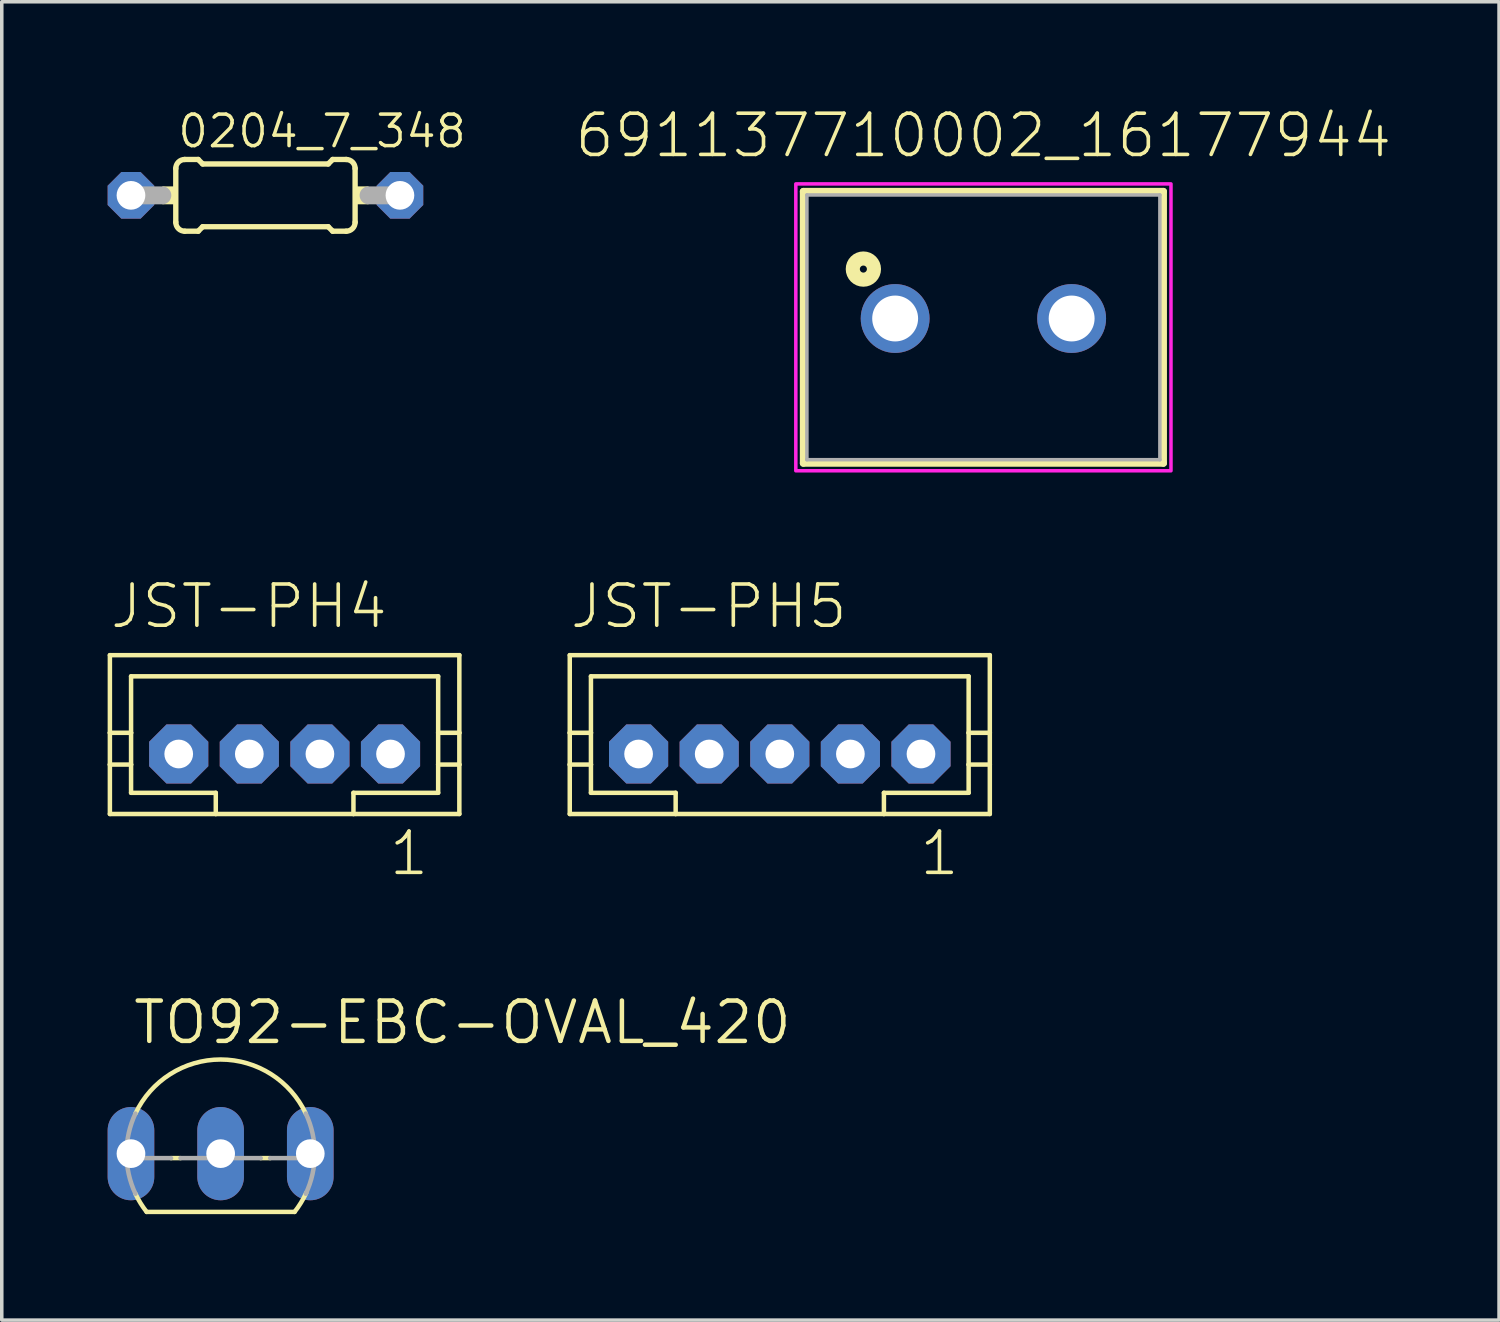
<source format=kicad_pcb>
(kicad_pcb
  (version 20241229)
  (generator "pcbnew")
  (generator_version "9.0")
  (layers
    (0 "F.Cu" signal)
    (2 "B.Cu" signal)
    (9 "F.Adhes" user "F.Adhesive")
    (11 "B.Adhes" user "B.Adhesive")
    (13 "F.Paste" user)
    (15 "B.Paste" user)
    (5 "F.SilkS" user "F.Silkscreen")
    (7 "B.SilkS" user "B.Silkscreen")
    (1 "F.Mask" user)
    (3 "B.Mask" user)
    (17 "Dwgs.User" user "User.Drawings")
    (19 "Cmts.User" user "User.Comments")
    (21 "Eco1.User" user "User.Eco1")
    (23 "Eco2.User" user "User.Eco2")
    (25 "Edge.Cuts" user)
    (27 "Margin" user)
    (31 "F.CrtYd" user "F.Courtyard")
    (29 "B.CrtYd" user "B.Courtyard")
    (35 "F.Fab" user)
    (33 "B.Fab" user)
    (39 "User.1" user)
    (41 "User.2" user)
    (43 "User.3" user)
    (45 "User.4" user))
  (footprint "JST-PH4"
    (layer "F.Cu")
    (at 5.013 18.31)
    (property "Reference" "JST-PH4" (at -5 -3.5 0) (unlocked yes) (layer "F.SilkS") (effects (font (size 1.168 1.168) (thickness 0.102)) (justify left bottom)))
    (fp_line (start -4.95 -2.8) (end -4.95 -0.6) (stroke (width 0.127) (type solid)) (layer "F.SilkS"))
    (fp_line (start -4.95 -2.8) (end 4.95 -2.8) (stroke (width 0.127) (type solid)) (layer "F.SilkS"))
    (fp_line (start -4.95 -0.6) (end -4.95 0.3) (stroke (width 0.127) (type solid)) (layer "F.SilkS"))
    (fp_line (start -4.95 -0.6) (end -4.35 -0.6) (stroke (width 0.127) (type solid)) (layer "F.SilkS"))
    (fp_line (start -4.95 0.3) (end -4.95 1.7) (stroke (width 0.127) (type solid)) (layer "F.SilkS"))
    (fp_line (start -4.95 0.3) (end -4.35 0.3) (stroke (width 0.127) (type solid)) (layer "F.SilkS"))
    (fp_line (start -4.95 1.7) (end -1.95 1.7) (stroke (width 0.127) (type solid)) (layer "F.SilkS"))
    (fp_line (start -4.35 -2.2) (end -4.35 -0.6) (stroke (width 0.127) (type solid)) (layer "F.SilkS"))
    (fp_line (start -4.35 -2.2) (end 4.35 -2.2) (stroke (width 0.127) (type solid)) (layer "F.SilkS"))
    (fp_line (start -4.35 -0.6) (end -4.35 0.3) (stroke (width 0.127) (type solid)) (layer "F.SilkS"))
    (fp_line (start -4.35 0.3) (end -4.35 1.1) (stroke (width 0.127) (type solid)) (layer "F.SilkS"))
    (fp_line (start -4.35 1.1) (end -1.95 1.1) (stroke (width 0.127) (type solid)) (layer "F.SilkS"))
    (fp_line (start -1.95 1.1) (end -1.95 1.7) (stroke (width 0.127) (type solid)) (layer "F.SilkS"))
    (fp_line (start -1.95 1.7) (end 1.95 1.7) (stroke (width 0.127) (type solid)) (layer "F.SilkS"))
    (fp_line (start 1.95 1.1) (end 1.95 1.7) (stroke (width 0.127) (type solid)) (layer "F.SilkS"))
    (fp_line (start 1.95 1.1) (end 4.35 1.1) (stroke (width 0.127) (type solid)) (layer "F.SilkS"))
    (fp_line (start 1.95 1.7) (end 4.95 1.7) (stroke (width 0.127) (type solid)) (layer "F.SilkS"))
    (fp_line (start 4.35 -2.2) (end 4.35 -0.6) (stroke (width 0.127) (type solid)) (layer "F.SilkS"))
    (fp_line (start 4.35 -0.6) (end 4.35 0.3) (stroke (width 0.127) (type solid)) (layer "F.SilkS"))
    (fp_line (start 4.35 -0.6) (end 4.95 -0.6) (stroke (width 0.127) (type solid)) (layer "F.SilkS"))
    (fp_line (start 4.35 0.3) (end 4.35 1.1) (stroke (width 0.127) (type solid)) (layer "F.SilkS"))
    (fp_line (start 4.35 0.3) (end 4.95 0.3) (stroke (width 0.127) (type solid)) (layer "F.SilkS"))
    (fp_line (start 4.95 -2.8) (end 4.95 -0.6) (stroke (width 0.127) (type solid)) (layer "F.SilkS"))
    (fp_line (start 4.95 -0.6) (end 4.95 0.3) (stroke (width 0.127) (type solid)) (layer "F.SilkS"))
    (fp_line (start 4.95 0.3) (end 4.95 1.7) (stroke (width 0.127) (type solid)) (layer "F.SilkS"))
    (fp_text user "1" (at 2.9 3.5 0) (unlocked yes) (layer "F.SilkS") (effects (font (size 1.168 1.168) (thickness 0.102)) (justify left bottom)))
    (pad "1" thru_hole roundrect (at 3 0) (size 1.676 1.676) (drill 0.813) (layers "*.Cu" "*.Mask") (roundrect_rratio 0.25) (chamfer_ratio 0.293) (chamfer top_left top_right bottom_left bottom_right))
    (pad "2" thru_hole roundrect (at 1 0) (size 1.676 1.676) (drill 0.813) (layers "*.Cu" "*.Mask") (roundrect_rratio 0.25) (chamfer_ratio 0.293) (chamfer top_left top_right bottom_left bottom_right))
    (pad "3" thru_hole roundrect (at -1 0) (size 1.676 1.676) (drill 0.813) (layers "*.Cu" "*.Mask") (roundrect_rratio 0.25) (chamfer_ratio 0.293) (chamfer top_left top_right bottom_left bottom_right))
    (pad "4" thru_hole roundrect (at -3 0) (size 1.676 1.676) (drill 0.813) (layers "*.Cu" "*.Mask") (roundrect_rratio 0.25) (chamfer_ratio 0.293) (chamfer top_left top_right bottom_left bottom_right)))
  (footprint "JST-PH5"
    (layer "F.Cu")
    (at 18.041 18.31)
    (property "Reference" "JST-PH5" (at -5 -3.5 0) (unlocked yes) (layer "F.SilkS") (effects (font (size 1.168 1.168) (thickness 0.102)) (justify left bottom)))
    (fp_line (start -4.95 -2.8) (end -4.95 -0.6) (stroke (width 0.127) (type solid)) (layer "F.SilkS"))
    (fp_line (start -4.95 -2.8) (end 6.95 -2.8) (stroke (width 0.127) (type solid)) (layer "F.SilkS"))
    (fp_line (start -4.95 -0.6) (end -4.95 0.3) (stroke (width 0.127) (type solid)) (layer "F.SilkS"))
    (fp_line (start -4.95 -0.6) (end -4.35 -0.6) (stroke (width 0.127) (type solid)) (layer "F.SilkS"))
    (fp_line (start -4.95 0.3) (end -4.95 1.7) (stroke (width 0.127) (type solid)) (layer "F.SilkS"))
    (fp_line (start -4.95 0.3) (end -4.35 0.3) (stroke (width 0.127) (type solid)) (layer "F.SilkS"))
    (fp_line (start -4.95 1.7) (end -1.95 1.7) (stroke (width 0.127) (type solid)) (layer "F.SilkS"))
    (fp_line (start -4.35 -2.2) (end -4.35 -0.6) (stroke (width 0.127) (type solid)) (layer "F.SilkS"))
    (fp_line (start -4.35 -2.2) (end 6.35 -2.2) (stroke (width 0.127) (type solid)) (layer "F.SilkS"))
    (fp_line (start -4.35 -0.6) (end -4.35 0.3) (stroke (width 0.127) (type solid)) (layer "F.SilkS"))
    (fp_line (start -4.35 0.3) (end -4.35 1.1) (stroke (width 0.127) (type solid)) (layer "F.SilkS"))
    (fp_line (start -4.35 1.1) (end -1.95 1.1) (stroke (width 0.127) (type solid)) (layer "F.SilkS"))
    (fp_line (start -1.95 1.1) (end -1.95 1.7) (stroke (width 0.127) (type solid)) (layer "F.SilkS"))
    (fp_line (start -1.95 1.7) (end 3.95 1.7) (stroke (width 0.127) (type solid)) (layer "F.SilkS"))
    (fp_line (start 3.95 1.1) (end 3.95 1.7) (stroke (width 0.127) (type solid)) (layer "F.SilkS"))
    (fp_line (start 3.95 1.1) (end 6.35 1.1) (stroke (width 0.127) (type solid)) (layer "F.SilkS"))
    (fp_line (start 3.95 1.7) (end 6.95 1.7) (stroke (width 0.127) (type solid)) (layer "F.SilkS"))
    (fp_line (start 6.35 -2.2) (end 6.35 -0.6) (stroke (width 0.127) (type solid)) (layer "F.SilkS"))
    (fp_line (start 6.35 -0.6) (end 6.35 0.3) (stroke (width 0.127) (type solid)) (layer "F.SilkS"))
    (fp_line (start 6.35 -0.6) (end 6.95 -0.6) (stroke (width 0.127) (type solid)) (layer "F.SilkS"))
    (fp_line (start 6.35 0.3) (end 6.35 1.1) (stroke (width 0.127) (type solid)) (layer "F.SilkS"))
    (fp_line (start 6.35 0.3) (end 6.95 0.3) (stroke (width 0.127) (type solid)) (layer "F.SilkS"))
    (fp_line (start 6.95 -2.8) (end 6.95 -0.6) (stroke (width 0.127) (type solid)) (layer "F.SilkS"))
    (fp_line (start 6.95 -0.6) (end 6.95 0.3) (stroke (width 0.127) (type solid)) (layer "F.SilkS"))
    (fp_line (start 6.95 0.3) (end 6.95 1.7) (stroke (width 0.127) (type solid)) (layer "F.SilkS"))
    (fp_text user "1" (at 4.9 3.5 0) (unlocked yes) (layer "F.SilkS") (effects (font (size 1.168 1.168) (thickness 0.102)) (justify left bottom)))
    (pad "1" thru_hole roundrect (at 5 0) (size 1.676 1.676) (drill 0.813) (layers "*.Cu" "*.Mask") (roundrect_rratio 0.25) (chamfer_ratio 0.293) (chamfer top_left top_right bottom_left bottom_right))
    (pad "2" thru_hole roundrect (at 3 0) (size 1.676 1.676) (drill 0.813) (layers "*.Cu" "*.Mask") (roundrect_rratio 0.25) (chamfer_ratio 0.293) (chamfer top_left top_right bottom_left bottom_right))
    (pad "3" thru_hole roundrect (at 1 0) (size 1.676 1.676) (drill 0.813) (layers "*.Cu" "*.Mask") (roundrect_rratio 0.25) (chamfer_ratio 0.293) (chamfer top_left top_right bottom_left bottom_right))
    (pad "4" thru_hole roundrect (at -1 0) (size 1.676 1.676) (drill 0.813) (layers "*.Cu" "*.Mask") (roundrect_rratio 0.25) (chamfer_ratio 0.293) (chamfer top_left top_right bottom_left bottom_right))
    (pad "5" thru_hole roundrect (at -3 0) (size 1.676 1.676) (drill 0.813) (layers "*.Cu" "*.Mask") (roundrect_rratio 0.25) (chamfer_ratio 0.293) (chamfer top_left top_right bottom_left bottom_right)))
  (footprint "691137710002_16177944"
    (layer "F.Cu")
    (at 24.809 5.973)
    (property "Reference" "691137710002_16177944" (at 0 -4.5 0) (unlocked yes) (layer "F.SilkS") (effects (font (size 1.168 1.168) (thickness 0.102)) (justify bottom)))
    (fp_line (start -5.1 -3.6) (end 5.1 -3.6) (stroke (width 0.2) (type solid)) (layer "F.SilkS"))
    (fp_line (start -5.1 4.1) (end -5.1 -3.6) (stroke (width 0.2) (type solid)) (layer "F.SilkS"))
    (fp_line (start 5.1 -3.6) (end 5.1 4.1) (stroke (width 0.2) (type solid)) (layer "F.SilkS"))
    (fp_line (start 5.1 4.1) (end -5.1 4.1) (stroke (width 0.2) (type solid)) (layer "F.SilkS"))
    (fp_circle (center -3.4 -1.4) (end -3.3 -1.4) (stroke (width 0.4) (type solid)) (fill no) (layer "F.SilkS"))
    (fp_poly (pts (xy 5.314 4.314) (xy -5.314 4.314) (xy -5.314 -3.813) (xy 5.314 -3.813)) (stroke (width 0.1) (type default)) (fill no) (layer "F.CrtYd"))
    (fp_line (start -5 -3.5) (end 5 -3.5) (stroke (width 0.1) (type solid)) (layer "F.Fab"))
    (fp_line (start -5 4) (end -5 -3.5) (stroke (width 0.1) (type solid)) (layer "F.Fab"))
    (fp_line (start 5 -3.5) (end 5 4) (stroke (width 0.1) (type solid)) (layer "F.Fab"))
    (fp_line (start 5 4) (end -5 4) (stroke (width 0.1) (type solid)) (layer "F.Fab"))
    (pad "1" thru_hole circle (at -2.5 0) (size 1.95 1.95) (drill 1.3) (layers "*.Cu" "*.Mask"))
    (pad "2" thru_hole circle (at 2.5 0) (size 1.95 1.95) (drill 1.3) (layers "*.Cu" "*.Mask")))
  (footprint "TO92-EBC-OVAL_420"
    (layer "F.Cu")
    (at 3.2 28.362)
    (property "Reference" "TO92-EBC-OVAL_420" (at -2.54 -1.778 0) (unlocked yes) (layer "F.SilkS") (effects (font (size 1.143 1.143) (thickness 0.127)) (justify left bottom)))
    (fp_line (start -2.095 2.921) (end 2.095 2.921) (stroke (width 0.127) (type solid)) (layer "F.SilkS"))
    (fp_line (start -1.136 1.397) (end -1.404 1.397) (stroke (width 0.127) (type solid)) (layer "F.SilkS"))
    (fp_line (start 1.404 1.397) (end 1.136 1.397) (stroke (width 0.127) (type solid)) (layer "F.SilkS"))
    (fp_arc (start -2.413 0.1341) (mid 0 -1.39699) (end 2.413 0.1341) (stroke (width 0.127) (type solid)) (layer "F.SilkS"))
    (fp_arc (start -2.095 2.921) (mid -2.268918 2.67252) (end -2.4135 2.4059) (stroke (width 0.127) (type solid)) (layer "F.SilkS"))
    (fp_arc (start 2.4247 2.3818) (mid 2.275878 2.661201) (end 2.095 2.921) (stroke (width 0.127) (type solid)) (layer "F.SilkS"))
    (fp_line (start -1.404 1.397) (end -2.664 1.397) (stroke (width 0.127) (type solid)) (layer "F.Fab"))
    (fp_line (start 1.136 1.397) (end -1.136 1.397) (stroke (width 0.127) (type solid)) (layer "F.Fab"))
    (fp_line (start 2.664 1.397) (end 1.404 1.397) (stroke (width 0.127) (type solid)) (layer "F.Fab"))
    (fp_arc (start -2.413 2.4059) (mid -2.66699 1.27) (end -2.413 0.1341) (stroke (width 0.127) (type solid)) (layer "F.Fab"))
    (fp_arc (start 2.413 0.1341) (mid 2.66699 1.27) (end 2.413 2.4059) (stroke (width 0.127) (type solid)) (layer "F.Fab"))
    (pad "B" thru_hole oval (at 0 1.27 90) (size 2.642 1.321) (drill 0.813) (layers "*.Cu" "*.Mask"))
    (pad "C" thru_hole oval (at 2.54 1.27 90) (size 2.642 1.321) (drill 0.813) (layers "*.Cu" "*.Mask"))
    (pad "E" thru_hole oval (at -2.54 1.27 90) (size 2.642 1.321) (drill 0.813) (layers "*.Cu" "*.Mask")))
  (footprint "0204_7_348"
    (layer "F.Cu")
    (at 4.47 2.484)
    (property "Reference" "0204_7_348" (at -2.54 -1.295 0) (unlocked yes) (layer "F.SilkS") (effects (font (size 0.892 0.892) (thickness 0.099)) (justify left bottom)))
    (fp_line (start -2.54 0.762) (end -2.54 -0.762) (stroke (width 0.152) (type solid)) (layer "F.SilkS"))
    (fp_line (start -2.286 -1.016) (end -1.905 -1.016) (stroke (width 0.152) (type solid)) (layer "F.SilkS"))
    (fp_line (start -2.286 1.016) (end -1.905 1.016) (stroke (width 0.152) (type solid)) (layer "F.SilkS"))
    (fp_line (start -1.778 -0.889) (end -1.905 -1.016) (stroke (width 0.152) (type solid)) (layer "F.SilkS"))
    (fp_line (start -1.778 0.889) (end -1.905 1.016) (stroke (width 0.152) (type solid)) (layer "F.SilkS"))
    (fp_line (start 1.778 -0.889) (end -1.778 -0.889) (stroke (width 0.152) (type solid)) (layer "F.SilkS"))
    (fp_line (start 1.778 -0.889) (end 1.905 -1.016) (stroke (width 0.152) (type solid)) (layer "F.SilkS"))
    (fp_line (start 1.778 0.889) (end -1.778 0.889) (stroke (width 0.152) (type solid)) (layer "F.SilkS"))
    (fp_line (start 1.778 0.889) (end 1.905 1.016) (stroke (width 0.152) (type solid)) (layer "F.SilkS"))
    (fp_line (start 2.286 -1.016) (end 1.905 -1.016) (stroke (width 0.152) (type solid)) (layer "F.SilkS"))
    (fp_line (start 2.286 1.016) (end 1.905 1.016) (stroke (width 0.152) (type solid)) (layer "F.SilkS"))
    (fp_line (start 2.54 0.762) (end 2.54 -0.762) (stroke (width 0.152) (type solid)) (layer "F.SilkS"))
    (fp_arc (start -2.54 -0.762) (mid -2.465605 -0.941605) (end -2.286 -1.016) (stroke (width 0.1524) (type solid)) (layer "F.SilkS"))
    (fp_arc (start -2.286 1.016) (mid -2.465605 0.941605) (end -2.54 0.762) (stroke (width 0.1524) (type solid)) (layer "F.SilkS"))
    (fp_arc (start 2.286 -1.016) (mid 2.465605 -0.941605) (end 2.54 -0.762) (stroke (width 0.1524) (type solid)) (layer "F.SilkS"))
    (fp_arc (start 2.54 0.762) (mid 2.465605 0.941605) (end 2.286 1.016) (stroke (width 0.1524) (type solid)) (layer "F.SilkS"))
    (fp_poly (pts (xy -2.921 0.254) (xy -2.54 0.254) (xy -2.54 -0.254) (xy -2.921 -0.254)) (stroke (width 0) (type default)) (fill yes) (layer "F.SilkS"))
    (fp_poly (pts (xy 2.54 0.254) (xy 2.921 0.254) (xy 2.921 -0.254) (xy 2.54 -0.254)) (stroke (width 0) (type default)) (fill yes) (layer "F.SilkS"))
    (fp_line (start -3.81 0) (end -2.921 0) (stroke (width 0.508) (type solid)) (layer "F.Fab"))
    (fp_line (start 3.81 0) (end 2.921 0) (stroke (width 0.508) (type solid)) (layer "F.Fab"))
    (pad "1" thru_hole roundrect (at -3.81 0) (size 1.321 1.321) (drill 0.813) (layers "*.Cu" "*.Mask") (roundrect_rratio 0.25) (chamfer_ratio 0.293) (chamfer top_left top_right bottom_left bottom_right))
    (pad "2" thru_hole roundrect (at 3.81 0) (size 1.321 1.321) (drill 0.813) (layers "*.Cu" "*.Mask") (roundrect_rratio 0.25) (chamfer_ratio 0.293) (chamfer top_left top_right bottom_left bottom_right)))
  (gr_rect
    (start -3 -3)
    (end 39.417 34.347)
    (stroke (width 0.1) (type default))
    (fill no)
    (layer "Edge.Cuts")))
</source>
